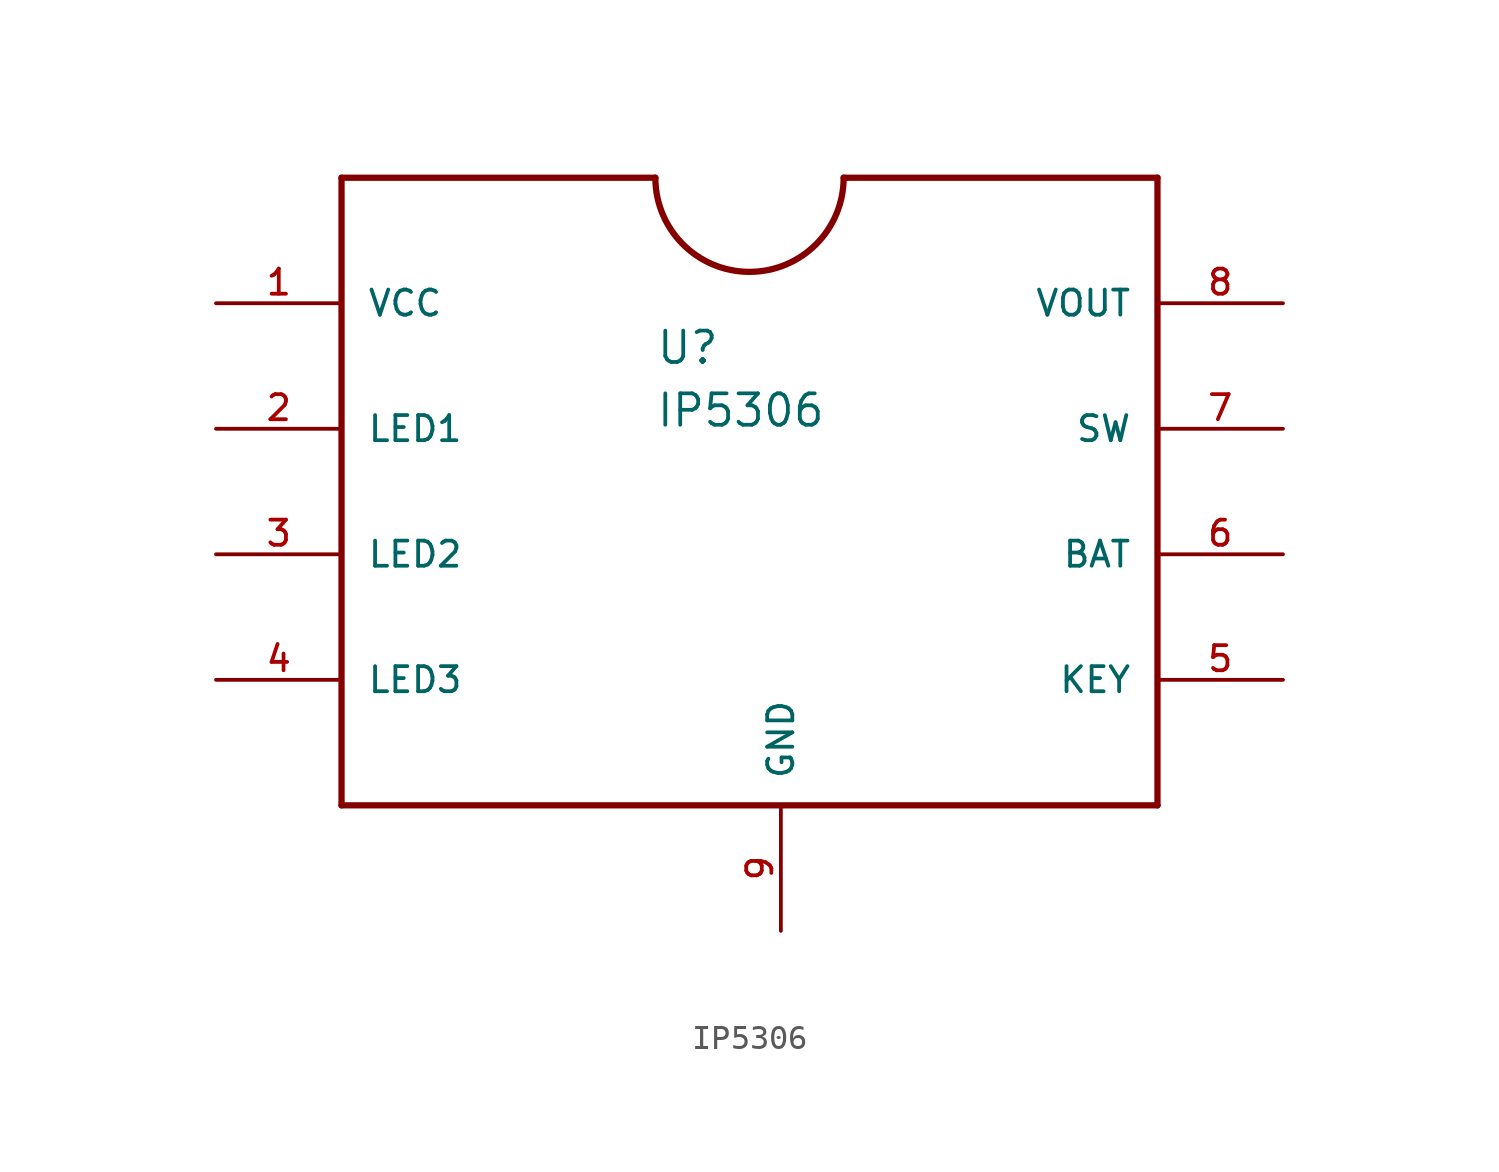
<source format=kicad_sym>
(kicad_symbol_lib
  (version 20211014)
  (generator kicad_symbol_editor)
  (symbol "IP5306"
    (pin_names
      (offset 1.016))
    (property "Reference" "U"
      (at 12.7 17.78 0)
      (effects (font (size 1.27 1.27)) (justify bottom left)))
    (property "Value" "IP5306"
      (at 12.7 15.24 0)
      (effects (font (size 1.27 1.27)) (justify bottom left)))
    (symbol "IP5306_0_0"
      (polyline (pts (xy 0.0 0.0) (xy 33.02 0.0)) (stroke (width 0.254)))
      (polyline (pts (xy 33.02 0.0) (xy 33.02 25.4)) (stroke (width 0.254)))
      (polyline (pts (xy 33.02 25.4) (xy 20.32 25.4)) (stroke (width 0.254)))
      (polyline (pts (xy 12.7 25.4) (xy 0.0 25.4)) (stroke (width 0.254)))
      (polyline (pts (xy 0.0 25.4) (xy 0.0 0.0)) (stroke (width 0.254)))
      (arc (start 12.7 25.4) (mid 16.51 21.59) (end 20.32 25.4) (stroke (width 0.254) (type default) (color 0 0 0 0)) (fill (type none)))
      (pin power_in line (at -5.08 20.32 0) (length 5.08) (name "VCC" (effects (font (size 1.016 1.016)))) (number "1" (effects (font (size 1.016 1.016)))))
      (pin output line (at -5.08 15.24 0) (length 5.08) (name "LED1" (effects (font (size 1.016 1.016)))) (number "2" (effects (font (size 1.016 1.016)))))
      (pin output line (at -5.08 10.16 0) (length 5.08) (name "LED2" (effects (font (size 1.016 1.016)))) (number "3" (effects (font (size 1.016 1.016)))))
      (pin output line (at -5.08 5.08 0) (length 5.08) (name "LED3" (effects (font (size 1.016 1.016)))) (number "4" (effects (font (size 1.016 1.016)))))
      (pin input line (at 38.1 5.08 180.0) (length 5.08) (name "KEY" (effects (font (size 1.016 1.016)))) (number "5" (effects (font (size 1.016 1.016)))))
      (pin input line (at 38.1 10.16 180.0) (length 5.08) (name "BAT" (effects (font (size 1.016 1.016)))) (number "6" (effects (font (size 1.016 1.016)))))
      (pin output line (at 38.1 15.24 180.0) (length 5.08) (name "SW" (effects (font (size 1.016 1.016)))) (number "7" (effects (font (size 1.016 1.016)))))
      (pin output line (at 38.1 20.32 180.0) (length 5.08) (name "VOUT" (effects (font (size 1.016 1.016)))) (number "8" (effects (font (size 1.016 1.016)))))
      (pin power_in line (at 17.78 -5.08 90.0) (length 5.08) (name "GND" (effects (font (size 1.016 1.016)))) (number "9" (effects (font (size 1.016 1.016))))))))
</source>
